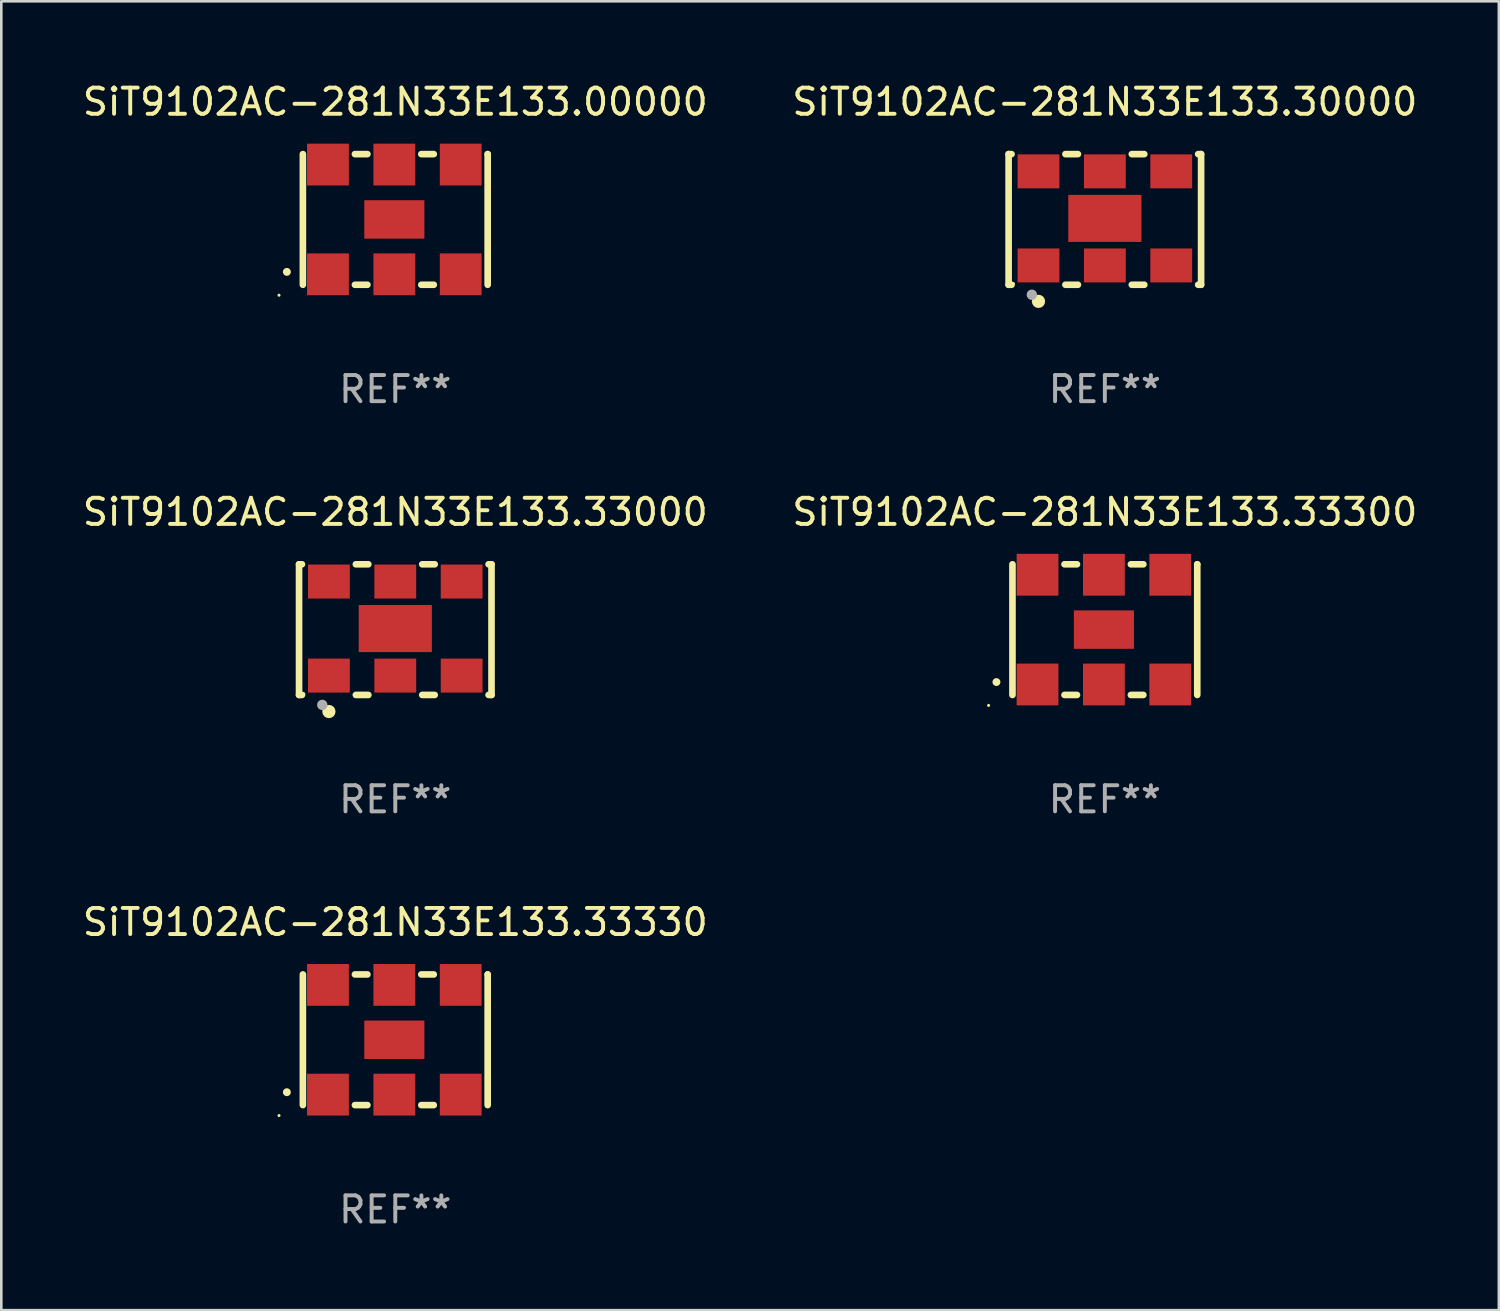
<source format=kicad_pcb>
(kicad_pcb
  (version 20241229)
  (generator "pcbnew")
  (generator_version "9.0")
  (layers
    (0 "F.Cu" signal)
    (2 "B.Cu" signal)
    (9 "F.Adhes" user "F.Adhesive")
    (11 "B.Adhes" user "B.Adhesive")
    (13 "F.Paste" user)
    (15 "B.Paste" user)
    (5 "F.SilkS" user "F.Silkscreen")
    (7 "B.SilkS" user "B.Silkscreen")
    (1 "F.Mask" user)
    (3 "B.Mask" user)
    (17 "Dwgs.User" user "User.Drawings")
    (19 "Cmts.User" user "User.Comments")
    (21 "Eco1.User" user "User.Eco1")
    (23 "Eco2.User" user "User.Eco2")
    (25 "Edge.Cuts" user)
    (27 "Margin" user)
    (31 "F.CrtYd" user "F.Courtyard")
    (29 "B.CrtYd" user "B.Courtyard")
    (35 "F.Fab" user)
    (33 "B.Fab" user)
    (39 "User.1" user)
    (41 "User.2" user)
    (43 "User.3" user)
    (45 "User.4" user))
  (footprint "SiT9102AC-281N33E133.33000"
    (layer "F.Cu")
    (at 12.077 21.045)
    (property "Reference" "SiT9102AC-281N33E133.33000" (at 0 -4.5 0) (layer "F.SilkS") (effects (font (size 1 1) (thickness 0.15))))
    (attr through_hole)
    (fp_line (start -3.683 -2.5) (end -3.571 -2.5) (stroke (width 0.254) (type solid)) (layer "F.SilkS"))
    (fp_line (start -3.683 2.5) (end -3.683 -2.5) (stroke (width 0.254) (type solid)) (layer "F.SilkS"))
    (fp_line (start -3.683 2.5) (end -3.571 2.5) (stroke (width 0.254) (type solid)) (layer "F.SilkS"))
    (fp_line (start -1.509 -2.5) (end -1.031 -2.5) (stroke (width 0.254) (type solid)) (layer "F.SilkS"))
    (fp_line (start -1.509 2.5) (end -1.031 2.5) (stroke (width 0.254) (type solid)) (layer "F.SilkS"))
    (fp_line (start 1.031 -2.5) (end 1.509 -2.5) (stroke (width 0.254) (type solid)) (layer "F.SilkS"))
    (fp_line (start 1.031 2.5) (end 1.509 2.5) (stroke (width 0.254) (type solid)) (layer "F.SilkS"))
    (fp_line (start 3.571 -2.5) (end 3.683 -2.5) (stroke (width 0.254) (type solid)) (layer "F.SilkS"))
    (fp_line (start 3.571 2.5) (end 3.683 2.5) (stroke (width 0.254) (type solid)) (layer "F.SilkS"))
    (fp_line (start 3.683 2.5) (end 3.683 -2.5) (stroke (width 0.254) (type solid)) (layer "F.SilkS"))
    (fp_circle (center -3.5 2.46) (end -3.47 2.46) (stroke (width 0.06) (type solid)) (fill no) (layer "F.SilkS"))
    (fp_circle (center -2.54 3.135) (end -2.413 3.135) (stroke (width 0.254) (type solid)) (fill no) (layer "F.SilkS"))
    (fp_circle (center -2.794 2.881) (end -2.694 2.881) (stroke (width 0.2) (type solid)) (fill no) (layer "F.Fab"))
    (fp_text user "REF**" (at 0 6.5 0) (layer "F.Fab") (effects (font (size 1 1) (thickness 0.15))))
    (pad "1" smd rect (at -2.54 1.76) (size 1.6 1.3) (layers "F.Cu" "F.Mask" "F.Paste"))
    (pad "2" smd rect (at 0 1.76) (size 1.6 1.3) (layers "F.Cu" "F.Mask" "F.Paste"))
    (pad "3" smd rect (at 2.54 1.76) (size 1.6 1.3) (layers "F.Cu" "F.Mask" "F.Paste"))
    (pad "4" smd rect (at 2.54 -1.84) (size 1.6 1.3) (layers "F.Cu" "F.Mask" "F.Paste"))
    (pad "5" smd rect (at 0 -1.84) (size 1.6 1.3) (layers "F.Cu" "F.Mask" "F.Paste"))
    (pad "6" smd rect (at -2.54 -1.84) (size 1.6 1.3) (layers "F.Cu" "F.Mask" "F.Paste"))
    (pad "7" smd rect (at 0 -0.04) (size 2.8 1.8) (layers "F.Cu" "F.Mask" "F.Paste")))
  (footprint "SiT9102AC-281N33E133.00000"
    (layer "F.Cu")
    (at 12.077 5.348)
    (property "Reference" "SiT9102AC-281N33E133.00000" (at 0 -4.5 0) (layer "F.SilkS") (effects (font (size 1 1) (thickness 0.15))))
    (attr through_hole)
    (fp_line (start -3.536 -2.5) (end -3.536 2.5) (stroke (width 0.254) (type solid)) (layer "F.SilkS"))
    (fp_line (start -1.544 2.5) (end -1.067 2.5) (stroke (width 0.254) (type solid)) (layer "F.SilkS"))
    (fp_line (start -1.067 -2.5) (end -1.544 -2.5) (stroke (width 0.254) (type solid)) (layer "F.SilkS"))
    (fp_line (start 0.996 2.5) (end 1.473 2.5) (stroke (width 0.254) (type solid)) (layer "F.SilkS"))
    (fp_line (start 1.473 -2.5) (end 0.996 -2.5) (stroke (width 0.254) (type solid)) (layer "F.SilkS"))
    (fp_line (start 3.536 -2.5) (end 3.536 -2.5) (stroke (width 0.254) (type solid)) (layer "F.SilkS"))
    (fp_line (start 3.536 2.5) (end 3.536 -2.5) (stroke (width 0.254) (type solid)) (layer "F.SilkS"))
    (fp_arc (start -4.150432 2.006604) (mid -4.149162 2.006599) (end -4.147892 2.006604) (stroke (width 0.3) (type solid)) (layer "F.SilkS"))
    (fp_circle (center -4.449 2.9) (end -4.419 2.9) (stroke (width 0.06) (type solid)) (fill no) (layer "F.SilkS"))
    (fp_text user "REF**" (at 0 6.5 0) (layer "F.Fab") (effects (font (size 1 1) (thickness 0.15))))
    (pad "1" smd rect (at -2.576 2.1) (size 1.6 1.6) (layers "F.Cu" "F.Mask" "F.Paste"))
    (pad "2" smd rect (at -0.036 2.1) (size 1.6 1.6) (layers "F.Cu" "F.Mask" "F.Paste"))
    (pad "3" smd rect (at 2.504 2.1) (size 1.6 1.6) (layers "F.Cu" "F.Mask" "F.Paste"))
    (pad "4" smd rect (at 2.504 -2.1) (size 1.6 1.6) (layers "F.Cu" "F.Mask" "F.Paste"))
    (pad "5" smd rect (at -0.036 -2.1) (size 1.6 1.6) (layers "F.Cu" "F.Mask" "F.Paste"))
    (pad "6" smd rect (at -2.576 -2.1) (size 1.6 1.6) (layers "F.Cu" "F.Mask" "F.Paste"))
    (pad "7" smd rect (at -0.036 0) (size 2.3 1.47) (layers "F.Cu" "F.Mask" "F.Paste")))
  (footprint "SiT9102AC-281N33E133.30000"
    (layer "F.Cu")
    (at 39.232 5.348)
    (property "Reference" "SiT9102AC-281N33E133.30000" (at 0 -4.5 0) (layer "F.SilkS") (effects (font (size 1 1) (thickness 0.15))))
    (attr through_hole)
    (fp_line (start -3.683 -2.5) (end -3.571 -2.5) (stroke (width 0.254) (type solid)) (layer "F.SilkS"))
    (fp_line (start -3.683 2.5) (end -3.683 -2.5) (stroke (width 0.254) (type solid)) (layer "F.SilkS"))
    (fp_line (start -3.683 2.5) (end -3.571 2.5) (stroke (width 0.254) (type solid)) (layer "F.SilkS"))
    (fp_line (start -1.509 -2.5) (end -1.031 -2.5) (stroke (width 0.254) (type solid)) (layer "F.SilkS"))
    (fp_line (start -1.509 2.5) (end -1.031 2.5) (stroke (width 0.254) (type solid)) (layer "F.SilkS"))
    (fp_line (start 1.031 -2.5) (end 1.509 -2.5) (stroke (width 0.254) (type solid)) (layer "F.SilkS"))
    (fp_line (start 1.031 2.5) (end 1.509 2.5) (stroke (width 0.254) (type solid)) (layer "F.SilkS"))
    (fp_line (start 3.571 -2.5) (end 3.683 -2.5) (stroke (width 0.254) (type solid)) (layer "F.SilkS"))
    (fp_line (start 3.571 2.5) (end 3.683 2.5) (stroke (width 0.254) (type solid)) (layer "F.SilkS"))
    (fp_line (start 3.683 2.5) (end 3.683 -2.5) (stroke (width 0.254) (type solid)) (layer "F.SilkS"))
    (fp_circle (center -3.5 2.46) (end -3.47 2.46) (stroke (width 0.06) (type solid)) (fill no) (layer "F.SilkS"))
    (fp_circle (center -2.54 3.135) (end -2.413 3.135) (stroke (width 0.254) (type solid)) (fill no) (layer "F.SilkS"))
    (fp_circle (center -2.794 2.881) (end -2.694 2.881) (stroke (width 0.2) (type solid)) (fill no) (layer "F.Fab"))
    (fp_text user "REF**" (at 0 6.5 0) (layer "F.Fab") (effects (font (size 1 1) (thickness 0.15))))
    (pad "1" smd rect (at -2.54 1.76) (size 1.6 1.3) (layers "F.Cu" "F.Mask" "F.Paste"))
    (pad "2" smd rect (at 0 1.76) (size 1.6 1.3) (layers "F.Cu" "F.Mask" "F.Paste"))
    (pad "3" smd rect (at 2.54 1.76) (size 1.6 1.3) (layers "F.Cu" "F.Mask" "F.Paste"))
    (pad "4" smd rect (at 2.54 -1.84) (size 1.6 1.3) (layers "F.Cu" "F.Mask" "F.Paste"))
    (pad "5" smd rect (at 0 -1.84) (size 1.6 1.3) (layers "F.Cu" "F.Mask" "F.Paste"))
    (pad "6" smd rect (at -2.54 -1.84) (size 1.6 1.3) (layers "F.Cu" "F.Mask" "F.Paste"))
    (pad "7" smd rect (at 0 -0.04) (size 2.8 1.8) (layers "F.Cu" "F.Mask" "F.Paste")))
  (footprint "SiT9102AC-281N33E133.33330"
    (layer "F.Cu")
    (at 12.077 36.741)
    (property "Reference" "SiT9102AC-281N33E133.33330" (at 0 -4.5 0) (layer "F.SilkS") (effects (font (size 1 1) (thickness 0.15))))
    (attr through_hole)
    (fp_line (start -3.536 -2.5) (end -3.536 2.5) (stroke (width 0.254) (type solid)) (layer "F.SilkS"))
    (fp_line (start -1.544 2.5) (end -1.067 2.5) (stroke (width 0.254) (type solid)) (layer "F.SilkS"))
    (fp_line (start -1.067 -2.5) (end -1.544 -2.5) (stroke (width 0.254) (type solid)) (layer "F.SilkS"))
    (fp_line (start 0.996 2.5) (end 1.473 2.5) (stroke (width 0.254) (type solid)) (layer "F.SilkS"))
    (fp_line (start 1.473 -2.5) (end 0.996 -2.5) (stroke (width 0.254) (type solid)) (layer "F.SilkS"))
    (fp_line (start 3.536 -2.5) (end 3.536 -2.5) (stroke (width 0.254) (type solid)) (layer "F.SilkS"))
    (fp_line (start 3.536 2.5) (end 3.536 -2.5) (stroke (width 0.254) (type solid)) (layer "F.SilkS"))
    (fp_arc (start -4.150432 2.006604) (mid -4.149162 2.006599) (end -4.147892 2.006604) (stroke (width 0.3) (type solid)) (layer "F.SilkS"))
    (fp_circle (center -4.449 2.9) (end -4.419 2.9) (stroke (width 0.06) (type solid)) (fill no) (layer "F.SilkS"))
    (fp_text user "REF**" (at 0 6.5 0) (layer "F.Fab") (effects (font (size 1 1) (thickness 0.15))))
    (pad "1" smd rect (at -2.576 2.1) (size 1.6 1.6) (layers "F.Cu" "F.Mask" "F.Paste"))
    (pad "2" smd rect (at -0.036 2.1) (size 1.6 1.6) (layers "F.Cu" "F.Mask" "F.Paste"))
    (pad "3" smd rect (at 2.504 2.1) (size 1.6 1.6) (layers "F.Cu" "F.Mask" "F.Paste"))
    (pad "4" smd rect (at 2.504 -2.1) (size 1.6 1.6) (layers "F.Cu" "F.Mask" "F.Paste"))
    (pad "5" smd rect (at -0.036 -2.1) (size 1.6 1.6) (layers "F.Cu" "F.Mask" "F.Paste"))
    (pad "6" smd rect (at -2.576 -2.1) (size 1.6 1.6) (layers "F.Cu" "F.Mask" "F.Paste"))
    (pad "7" smd rect (at -0.036 0) (size 2.3 1.47) (layers "F.Cu" "F.Mask" "F.Paste")))
  (footprint "SiT9102AC-281N33E133.33300"
    (layer "F.Cu")
    (at 39.232 21.045)
    (property "Reference" "SiT9102AC-281N33E133.33300" (at 0 -4.5 0) (layer "F.SilkS") (effects (font (size 1 1) (thickness 0.15))))
    (attr through_hole)
    (fp_line (start -3.536 -2.5) (end -3.536 2.5) (stroke (width 0.254) (type solid)) (layer "F.SilkS"))
    (fp_line (start -1.544 2.5) (end -1.067 2.5) (stroke (width 0.254) (type solid)) (layer "F.SilkS"))
    (fp_line (start -1.067 -2.5) (end -1.544 -2.5) (stroke (width 0.254) (type solid)) (layer "F.SilkS"))
    (fp_line (start 0.996 2.5) (end 1.473 2.5) (stroke (width 0.254) (type solid)) (layer "F.SilkS"))
    (fp_line (start 1.473 -2.5) (end 0.996 -2.5) (stroke (width 0.254) (type solid)) (layer "F.SilkS"))
    (fp_line (start 3.536 -2.5) (end 3.536 -2.5) (stroke (width 0.254) (type solid)) (layer "F.SilkS"))
    (fp_line (start 3.536 2.5) (end 3.536 -2.5) (stroke (width 0.254) (type solid)) (layer "F.SilkS"))
    (fp_arc (start -4.150432 2.006604) (mid -4.149162 2.006599) (end -4.147892 2.006604) (stroke (width 0.3) (type solid)) (layer "F.SilkS"))
    (fp_circle (center -4.449 2.9) (end -4.419 2.9) (stroke (width 0.06) (type solid)) (fill no) (layer "F.SilkS"))
    (fp_text user "REF**" (at 0 6.5 0) (layer "F.Fab") (effects (font (size 1 1) (thickness 0.15))))
    (pad "1" smd rect (at -2.576 2.1) (size 1.6 1.6) (layers "F.Cu" "F.Mask" "F.Paste"))
    (pad "2" smd rect (at -0.036 2.1) (size 1.6 1.6) (layers "F.Cu" "F.Mask" "F.Paste"))
    (pad "3" smd rect (at 2.504 2.1) (size 1.6 1.6) (layers "F.Cu" "F.Mask" "F.Paste"))
    (pad "4" smd rect (at 2.504 -2.1) (size 1.6 1.6) (layers "F.Cu" "F.Mask" "F.Paste"))
    (pad "5" smd rect (at -0.036 -2.1) (size 1.6 1.6) (layers "F.Cu" "F.Mask" "F.Paste"))
    (pad "6" smd rect (at -2.576 -2.1) (size 1.6 1.6) (layers "F.Cu" "F.Mask" "F.Paste"))
    (pad "7" smd rect (at -0.036 0) (size 2.3 1.47) (layers "F.Cu" "F.Mask" "F.Paste")))
  (gr_rect
    (start -3 -3)
    (end 54.31 47.09)
    (stroke (width 0.1) (type default))
    (fill no)
    (layer "Edge.Cuts")))
</source>
